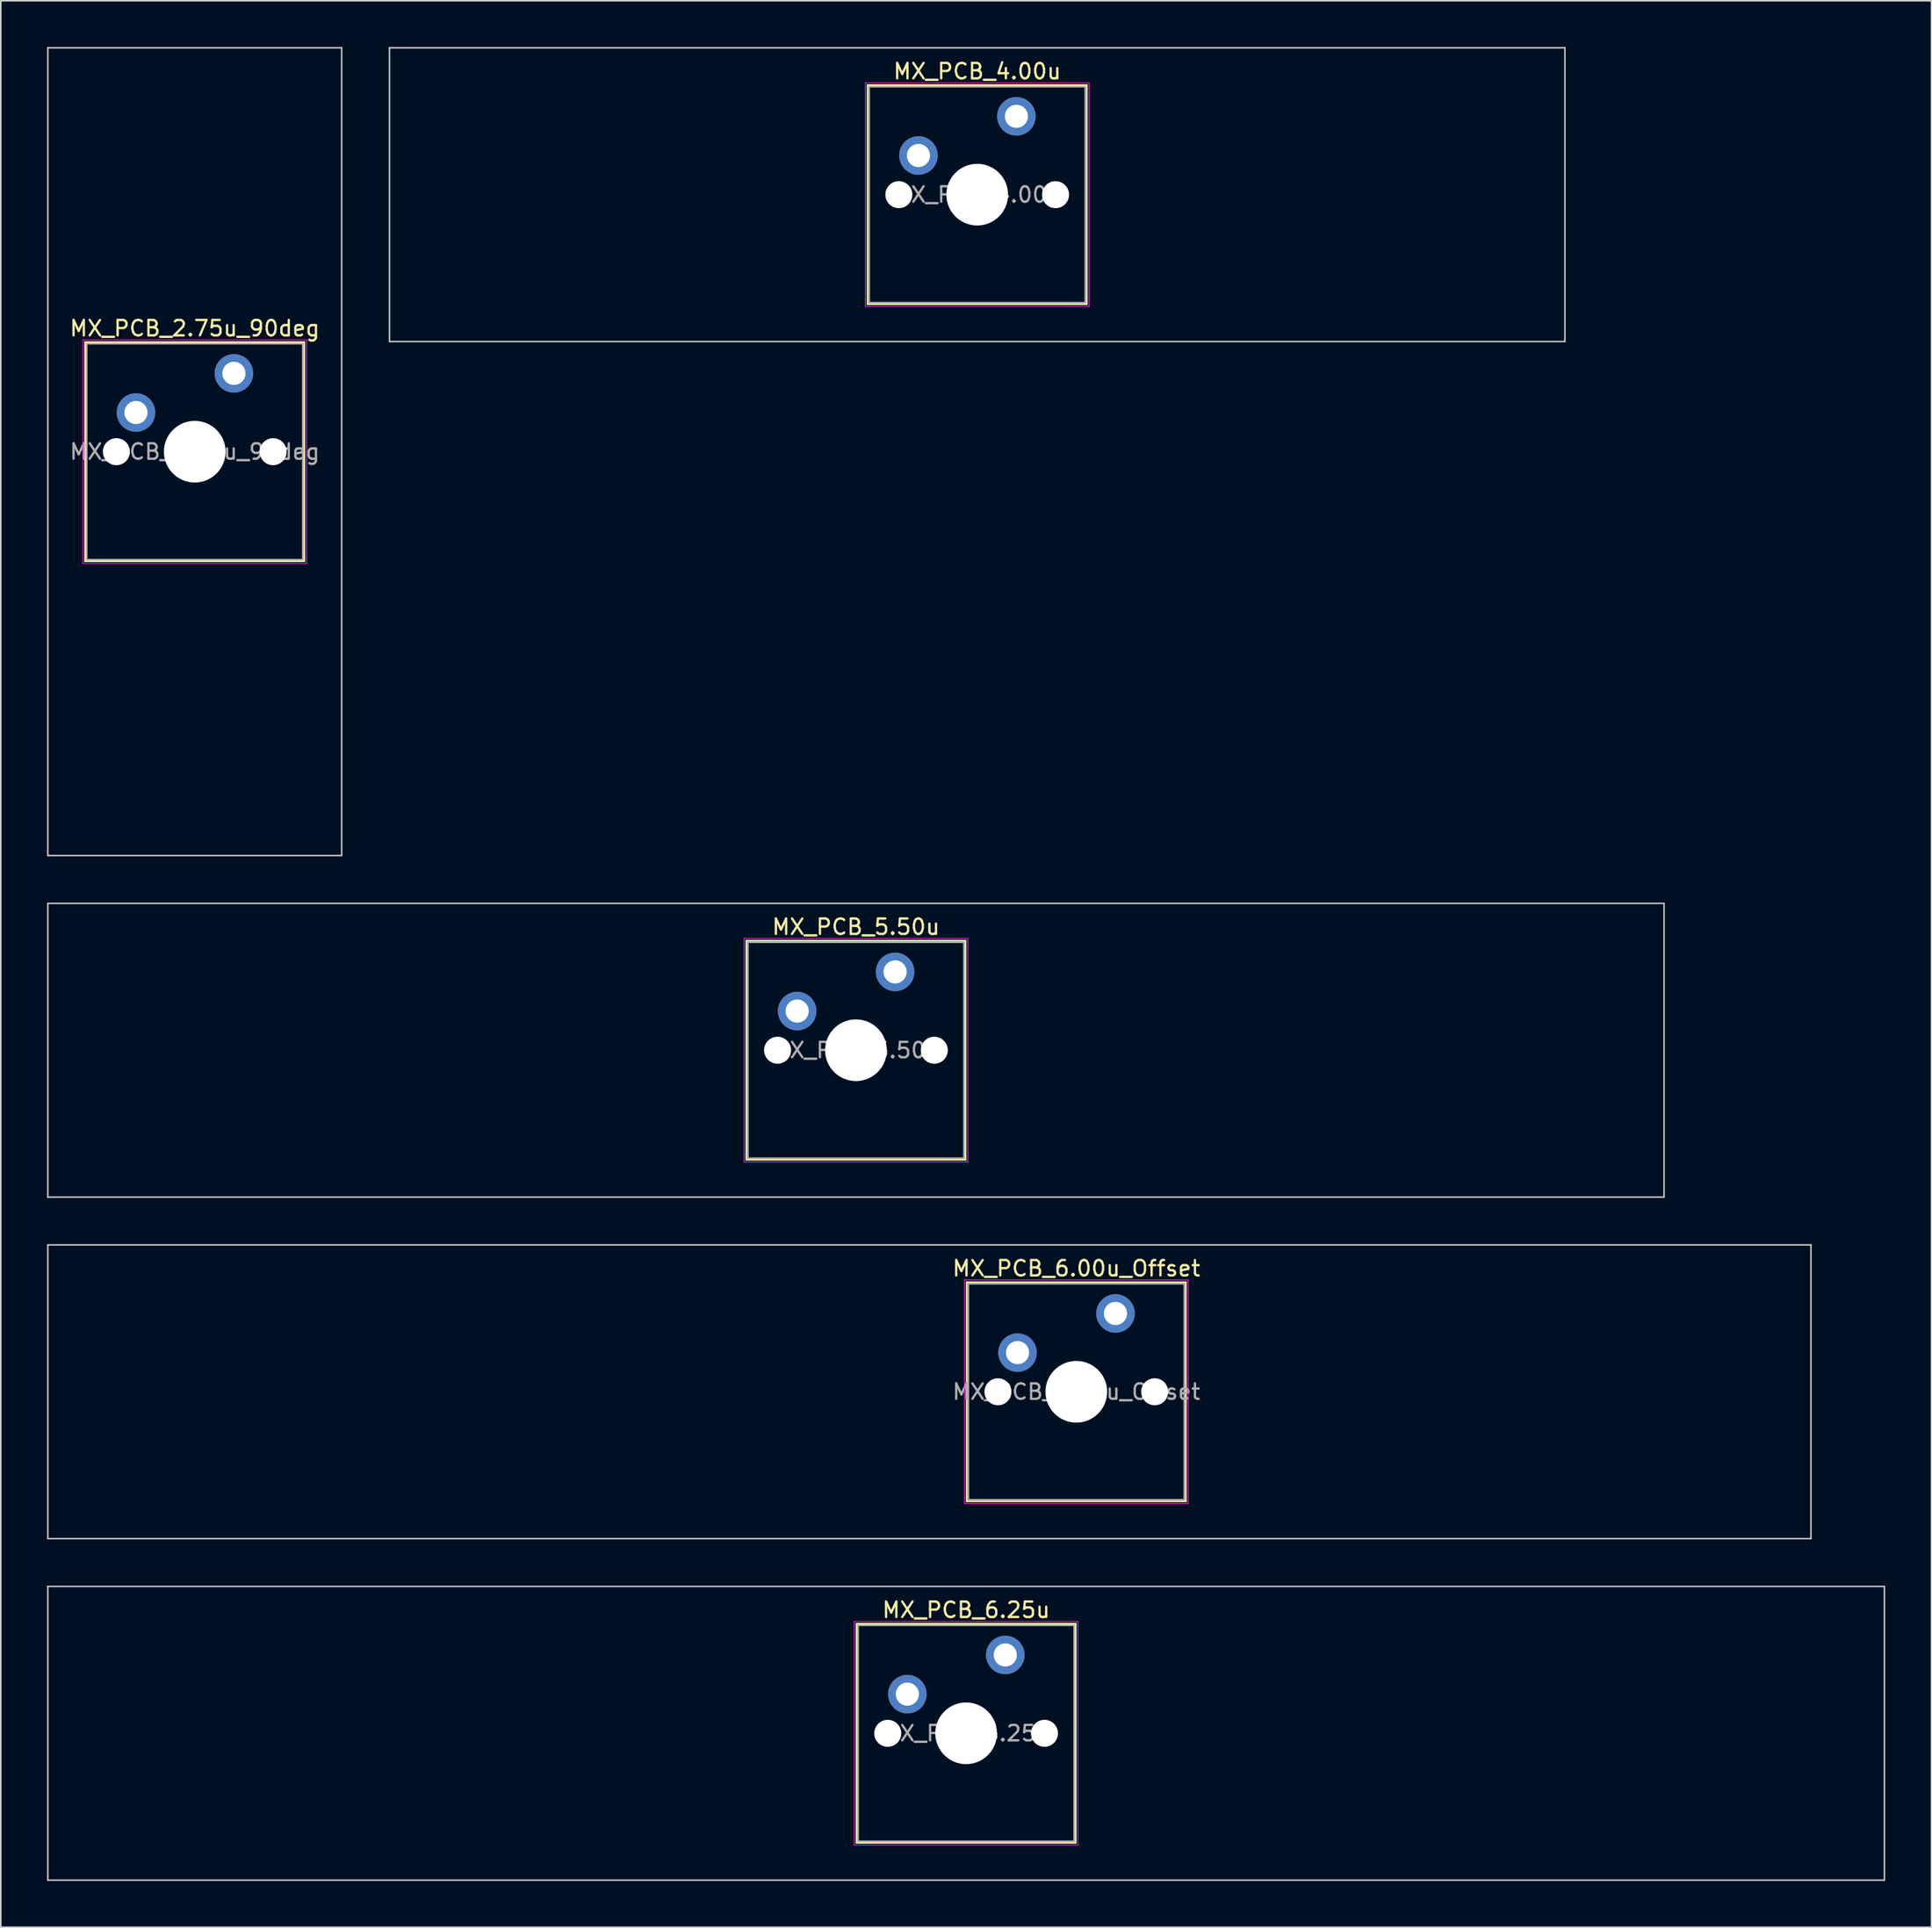
<source format=kicad_pcb>
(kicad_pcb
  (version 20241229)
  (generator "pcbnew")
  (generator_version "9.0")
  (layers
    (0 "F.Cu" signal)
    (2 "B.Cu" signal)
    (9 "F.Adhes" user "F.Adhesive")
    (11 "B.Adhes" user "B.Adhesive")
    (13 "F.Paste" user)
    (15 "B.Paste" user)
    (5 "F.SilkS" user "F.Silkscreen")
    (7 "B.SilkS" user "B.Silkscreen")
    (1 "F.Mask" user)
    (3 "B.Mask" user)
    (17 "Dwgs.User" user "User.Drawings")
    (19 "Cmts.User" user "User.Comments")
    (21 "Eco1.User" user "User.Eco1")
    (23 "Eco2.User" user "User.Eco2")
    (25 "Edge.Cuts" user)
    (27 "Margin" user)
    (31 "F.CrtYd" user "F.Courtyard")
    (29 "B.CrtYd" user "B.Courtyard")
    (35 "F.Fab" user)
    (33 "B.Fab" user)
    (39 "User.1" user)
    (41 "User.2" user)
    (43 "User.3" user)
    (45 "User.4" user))
  (footprint "MX_PCB_2.75u_90deg"
    (layer "F.Cu")
    (at 9.575 26.244)
    (property "Reference" "MX_PCB_2.75u_90deg" (at 0 -8 0) (layer "F.SilkS") (effects (font (size 1 1) (thickness 0.15))))
    (attr through_hole)
    (fp_line (start -7.1 -7.1) (end -7.1 7.1) (stroke (width 0.12) (type solid)) (layer "F.SilkS"))
    (fp_line (start -7.1 7.1) (end 7.1 7.1) (stroke (width 0.12) (type solid)) (layer "F.SilkS"))
    (fp_line (start 7.1 -7.1) (end -7.1 -7.1) (stroke (width 0.12) (type solid)) (layer "F.SilkS"))
    (fp_line (start 7.1 7.1) (end 7.1 -7.1) (stroke (width 0.12) (type solid)) (layer "F.SilkS"))
    (fp_line (start -9.525 -26.194) (end 9.525 -26.194) (stroke (width 0.1) (type solid)) (layer "Dwgs.User"))
    (fp_line (start -9.525 26.194) (end -9.525 -26.194) (stroke (width 0.1) (type solid)) (layer "Dwgs.User"))
    (fp_line (start 9.525 -26.194) (end 9.525 26.194) (stroke (width 0.1) (type solid)) (layer "Dwgs.User"))
    (fp_line (start 9.525 26.194) (end -9.525 26.194) (stroke (width 0.1) (type solid)) (layer "Dwgs.User"))
    (fp_line (start -7 -7) (end -7 7) (stroke (width 0.1) (type solid)) (layer "Eco1.User"))
    (fp_line (start -7 7) (end 7 7) (stroke (width 0.1) (type solid)) (layer "Eco1.User"))
    (fp_line (start 7 -7) (end -7 -7) (stroke (width 0.1) (type solid)) (layer "Eco1.User"))
    (fp_line (start 7 7) (end 7 -7) (stroke (width 0.1) (type solid)) (layer "Eco1.User"))
    (fp_line (start -7.25 -7.25) (end -7.25 7.25) (stroke (width 0.05) (type solid)) (layer "F.CrtYd"))
    (fp_line (start -7.25 7.25) (end 7.25 7.25) (stroke (width 0.05) (type solid)) (layer "F.CrtYd"))
    (fp_line (start 7.25 -7.25) (end -7.25 -7.25) (stroke (width 0.05) (type solid)) (layer "F.CrtYd"))
    (fp_line (start 7.25 7.25) (end 7.25 -7.25) (stroke (width 0.05) (type solid)) (layer "F.CrtYd"))
    (fp_line (start -7 -7) (end -7 7) (stroke (width 0.1) (type solid)) (layer "F.Fab"))
    (fp_line (start -7 7) (end 7 7) (stroke (width 0.1) (type solid)) (layer "F.Fab"))
    (fp_line (start 7 -7) (end -7 -7) (stroke (width 0.1) (type solid)) (layer "F.Fab"))
    (fp_line (start 7 7) (end 7 -7) (stroke (width 0.1) (type solid)) (layer "F.Fab"))
    (fp_text user "${REFERENCE}" (at 0 0 0) (layer "F.Fab") (effects (font (size 1 1) (thickness 0.15))))
    (pad "" np_thru_hole circle (at -5.08 0) (size 1.75 1.75) (drill 1.75) (layers "*.Cu" "*.Mask"))
    (pad "" np_thru_hole circle (at 0 0) (size 4 4) (drill 4) (layers "*.Cu" "*.Mask"))
    (pad "" np_thru_hole circle (at 5.08 0) (size 1.75 1.75) (drill 1.75) (layers "*.Cu" "*.Mask"))
    (pad "1" thru_hole circle (at -3.81 -2.54) (size 2.5 2.5) (drill 1.5) (layers "*.Cu" "*.Mask"))
    (pad "2" thru_hole circle (at 2.54 -5.08) (size 2.5 2.5) (drill 1.5) (layers "*.Cu" "*.Mask")))
  (footprint "MX_PCB_6.00u_Offset"
    (layer "F.Cu")
    (at 66.725 87.213)
    (property "Reference" "MX_PCB_6.00u_Offset" (at 0 -8 0) (layer "F.SilkS") (effects (font (size 1 1) (thickness 0.15))))
    (attr through_hole)
    (fp_line (start -7.1 -7.1) (end -7.1 7.1) (stroke (width 0.12) (type solid)) (layer "F.SilkS"))
    (fp_line (start -7.1 7.1) (end 7.1 7.1) (stroke (width 0.12) (type solid)) (layer "F.SilkS"))
    (fp_line (start 7.1 -7.1) (end -7.1 -7.1) (stroke (width 0.12) (type solid)) (layer "F.SilkS"))
    (fp_line (start 7.1 7.1) (end 7.1 -7.1) (stroke (width 0.12) (type solid)) (layer "F.SilkS"))
    (fp_line (start -66.675 -9.525) (end -66.675 9.525) (stroke (width 0.1) (type solid)) (layer "Dwgs.User"))
    (fp_line (start -66.675 9.525) (end 47.625 9.525) (stroke (width 0.1) (type solid)) (layer "Dwgs.User"))
    (fp_line (start 47.625 -9.525) (end -66.675 -9.525) (stroke (width 0.1) (type solid)) (layer "Dwgs.User"))
    (fp_line (start 47.625 9.525) (end 47.625 -9.525) (stroke (width 0.1) (type solid)) (layer "Dwgs.User"))
    (fp_line (start -7 -7) (end -7 7) (stroke (width 0.1) (type solid)) (layer "Eco1.User"))
    (fp_line (start -7 7) (end 7 7) (stroke (width 0.1) (type solid)) (layer "Eco1.User"))
    (fp_line (start 7 -7) (end -7 -7) (stroke (width 0.1) (type solid)) (layer "Eco1.User"))
    (fp_line (start 7 7) (end 7 -7) (stroke (width 0.1) (type solid)) (layer "Eco1.User"))
    (fp_line (start -7.25 -7.25) (end -7.25 7.25) (stroke (width 0.05) (type solid)) (layer "F.CrtYd"))
    (fp_line (start -7.25 7.25) (end 7.25 7.25) (stroke (width 0.05) (type solid)) (layer "F.CrtYd"))
    (fp_line (start 7.25 -7.25) (end -7.25 -7.25) (stroke (width 0.05) (type solid)) (layer "F.CrtYd"))
    (fp_line (start 7.25 7.25) (end 7.25 -7.25) (stroke (width 0.05) (type solid)) (layer "F.CrtYd"))
    (fp_line (start -7 -7) (end -7 7) (stroke (width 0.1) (type solid)) (layer "F.Fab"))
    (fp_line (start -7 7) (end 7 7) (stroke (width 0.1) (type solid)) (layer "F.Fab"))
    (fp_line (start 7 -7) (end -7 -7) (stroke (width 0.1) (type solid)) (layer "F.Fab"))
    (fp_line (start 7 7) (end 7 -7) (stroke (width 0.1) (type solid)) (layer "F.Fab"))
    (fp_text user "${REFERENCE}" (at 0 0 0) (layer "F.Fab") (effects (font (size 1 1) (thickness 0.15))))
    (pad "" np_thru_hole circle (at -5.08 0) (size 1.75 1.75) (drill 1.75) (layers "*.Cu" "*.Mask"))
    (pad "" np_thru_hole circle (at 0 0) (size 4 4) (drill 4) (layers "*.Cu" "*.Mask"))
    (pad "" np_thru_hole circle (at 5.08 0) (size 1.75 1.75) (drill 1.75) (layers "*.Cu" "*.Mask"))
    (pad "1" thru_hole circle (at -3.81 -2.54) (size 2.5 2.5) (drill 1.5) (layers "*.Cu" "*.Mask"))
    (pad "2" thru_hole circle (at 2.54 -5.08) (size 2.5 2.5) (drill 1.5) (layers "*.Cu" "*.Mask")))
  (footprint "MX_PCB_6.25u"
    (layer "F.Cu")
    (at 59.581 109.362)
    (property "Reference" "MX_PCB_6.25u" (at 0 -8 0) (layer "F.SilkS") (effects (font (size 1 1) (thickness 0.15))))
    (attr through_hole)
    (fp_line (start -7.1 -7.1) (end -7.1 7.1) (stroke (width 0.12) (type solid)) (layer "F.SilkS"))
    (fp_line (start -7.1 7.1) (end 7.1 7.1) (stroke (width 0.12) (type solid)) (layer "F.SilkS"))
    (fp_line (start 7.1 -7.1) (end -7.1 -7.1) (stroke (width 0.12) (type solid)) (layer "F.SilkS"))
    (fp_line (start 7.1 7.1) (end 7.1 -7.1) (stroke (width 0.12) (type solid)) (layer "F.SilkS"))
    (fp_line (start -59.531 -9.525) (end -59.531 9.525) (stroke (width 0.1) (type solid)) (layer "Dwgs.User"))
    (fp_line (start -59.531 9.525) (end 59.531 9.525) (stroke (width 0.1) (type solid)) (layer "Dwgs.User"))
    (fp_line (start 59.531 -9.525) (end -59.531 -9.525) (stroke (width 0.1) (type solid)) (layer "Dwgs.User"))
    (fp_line (start 59.531 9.525) (end 59.531 -9.525) (stroke (width 0.1) (type solid)) (layer "Dwgs.User"))
    (fp_line (start -7 -7) (end -7 7) (stroke (width 0.1) (type solid)) (layer "Eco1.User"))
    (fp_line (start -7 7) (end 7 7) (stroke (width 0.1) (type solid)) (layer "Eco1.User"))
    (fp_line (start 7 -7) (end -7 -7) (stroke (width 0.1) (type solid)) (layer "Eco1.User"))
    (fp_line (start 7 7) (end 7 -7) (stroke (width 0.1) (type solid)) (layer "Eco1.User"))
    (fp_line (start -7.25 -7.25) (end -7.25 7.25) (stroke (width 0.05) (type solid)) (layer "F.CrtYd"))
    (fp_line (start -7.25 7.25) (end 7.25 7.25) (stroke (width 0.05) (type solid)) (layer "F.CrtYd"))
    (fp_line (start 7.25 -7.25) (end -7.25 -7.25) (stroke (width 0.05) (type solid)) (layer "F.CrtYd"))
    (fp_line (start 7.25 7.25) (end 7.25 -7.25) (stroke (width 0.05) (type solid)) (layer "F.CrtYd"))
    (fp_line (start -7 -7) (end -7 7) (stroke (width 0.1) (type solid)) (layer "F.Fab"))
    (fp_line (start -7 7) (end 7 7) (stroke (width 0.1) (type solid)) (layer "F.Fab"))
    (fp_line (start 7 -7) (end -7 -7) (stroke (width 0.1) (type solid)) (layer "F.Fab"))
    (fp_line (start 7 7) (end 7 -7) (stroke (width 0.1) (type solid)) (layer "F.Fab"))
    (fp_text user "${REFERENCE}" (at 0 0 0) (layer "F.Fab") (effects (font (size 1 1) (thickness 0.15))))
    (pad "" np_thru_hole circle (at -5.08 0) (size 1.75 1.75) (drill 1.75) (layers "*.Cu" "*.Mask"))
    (pad "" np_thru_hole circle (at 0 0) (size 4 4) (drill 4) (layers "*.Cu" "*.Mask"))
    (pad "" np_thru_hole circle (at 5.08 0) (size 1.75 1.75) (drill 1.75) (layers "*.Cu" "*.Mask"))
    (pad "1" thru_hole circle (at -3.81 -2.54) (size 2.5 2.5) (drill 1.5) (layers "*.Cu" "*.Mask"))
    (pad "2" thru_hole circle (at 2.54 -5.08) (size 2.5 2.5) (drill 1.5) (layers "*.Cu" "*.Mask")))
  (footprint "MX_PCB_4.00u"
    (layer "F.Cu")
    (at 60.3 9.575)
    (property "Reference" "MX_PCB_4.00u" (at 0 -8 0) (layer "F.SilkS") (effects (font (size 1 1) (thickness 0.15))))
    (attr through_hole)
    (fp_line (start -7.1 -7.1) (end -7.1 7.1) (stroke (width 0.12) (type solid)) (layer "F.SilkS"))
    (fp_line (start -7.1 7.1) (end 7.1 7.1) (stroke (width 0.12) (type solid)) (layer "F.SilkS"))
    (fp_line (start 7.1 -7.1) (end -7.1 -7.1) (stroke (width 0.12) (type solid)) (layer "F.SilkS"))
    (fp_line (start 7.1 7.1) (end 7.1 -7.1) (stroke (width 0.12) (type solid)) (layer "F.SilkS"))
    (fp_line (start -38.1 -9.525) (end -38.1 9.525) (stroke (width 0.1) (type solid)) (layer "Dwgs.User"))
    (fp_line (start -38.1 9.525) (end 38.1 9.525) (stroke (width 0.1) (type solid)) (layer "Dwgs.User"))
    (fp_line (start 38.1 -9.525) (end -38.1 -9.525) (stroke (width 0.1) (type solid)) (layer "Dwgs.User"))
    (fp_line (start 38.1 9.525) (end 38.1 -9.525) (stroke (width 0.1) (type solid)) (layer "Dwgs.User"))
    (fp_line (start -7 -7) (end -7 7) (stroke (width 0.1) (type solid)) (layer "Eco1.User"))
    (fp_line (start -7 7) (end 7 7) (stroke (width 0.1) (type solid)) (layer "Eco1.User"))
    (fp_line (start 7 -7) (end -7 -7) (stroke (width 0.1) (type solid)) (layer "Eco1.User"))
    (fp_line (start 7 7) (end 7 -7) (stroke (width 0.1) (type solid)) (layer "Eco1.User"))
    (fp_line (start -7.25 -7.25) (end -7.25 7.25) (stroke (width 0.05) (type solid)) (layer "F.CrtYd"))
    (fp_line (start -7.25 7.25) (end 7.25 7.25) (stroke (width 0.05) (type solid)) (layer "F.CrtYd"))
    (fp_line (start 7.25 -7.25) (end -7.25 -7.25) (stroke (width 0.05) (type solid)) (layer "F.CrtYd"))
    (fp_line (start 7.25 7.25) (end 7.25 -7.25) (stroke (width 0.05) (type solid)) (layer "F.CrtYd"))
    (fp_line (start -7 -7) (end -7 7) (stroke (width 0.1) (type solid)) (layer "F.Fab"))
    (fp_line (start -7 7) (end 7 7) (stroke (width 0.1) (type solid)) (layer "F.Fab"))
    (fp_line (start 7 -7) (end -7 -7) (stroke (width 0.1) (type solid)) (layer "F.Fab"))
    (fp_line (start 7 7) (end 7 -7) (stroke (width 0.1) (type solid)) (layer "F.Fab"))
    (fp_text user "${REFERENCE}" (at 0 0 0) (layer "F.Fab") (effects (font (size 1 1) (thickness 0.15))))
    (pad "" np_thru_hole circle (at -5.08 0) (size 1.75 1.75) (drill 1.75) (layers "*.Cu" "*.Mask"))
    (pad "" np_thru_hole circle (at 0 0) (size 4 4) (drill 4) (layers "*.Cu" "*.Mask"))
    (pad "" np_thru_hole circle (at 5.08 0) (size 1.75 1.75) (drill 1.75) (layers "*.Cu" "*.Mask"))
    (pad "1" thru_hole circle (at -3.81 -2.54) (size 2.5 2.5) (drill 1.5) (layers "*.Cu" "*.Mask"))
    (pad "2" thru_hole circle (at 2.54 -5.08) (size 2.5 2.5) (drill 1.5) (layers "*.Cu" "*.Mask")))
  (footprint "MX_PCB_5.50u"
    (layer "F.Cu")
    (at 52.438 65.062)
    (property "Reference" "MX_PCB_5.50u" (at 0 -8 0) (layer "F.SilkS") (effects (font (size 1 1) (thickness 0.15))))
    (attr through_hole)
    (fp_line (start -7.1 -7.1) (end -7.1 7.1) (stroke (width 0.12) (type solid)) (layer "F.SilkS"))
    (fp_line (start -7.1 7.1) (end 7.1 7.1) (stroke (width 0.12) (type solid)) (layer "F.SilkS"))
    (fp_line (start 7.1 -7.1) (end -7.1 -7.1) (stroke (width 0.12) (type solid)) (layer "F.SilkS"))
    (fp_line (start 7.1 7.1) (end 7.1 -7.1) (stroke (width 0.12) (type solid)) (layer "F.SilkS"))
    (fp_line (start -52.388 -9.525) (end -52.388 9.525) (stroke (width 0.1) (type solid)) (layer "Dwgs.User"))
    (fp_line (start -52.388 9.525) (end 52.388 9.525) (stroke (width 0.1) (type solid)) (layer "Dwgs.User"))
    (fp_line (start 52.388 -9.525) (end -52.388 -9.525) (stroke (width 0.1) (type solid)) (layer "Dwgs.User"))
    (fp_line (start 52.388 9.525) (end 52.388 -9.525) (stroke (width 0.1) (type solid)) (layer "Dwgs.User"))
    (fp_line (start -7 -7) (end -7 7) (stroke (width 0.1) (type solid)) (layer "Eco1.User"))
    (fp_line (start -7 7) (end 7 7) (stroke (width 0.1) (type solid)) (layer "Eco1.User"))
    (fp_line (start 7 -7) (end -7 -7) (stroke (width 0.1) (type solid)) (layer "Eco1.User"))
    (fp_line (start 7 7) (end 7 -7) (stroke (width 0.1) (type solid)) (layer "Eco1.User"))
    (fp_line (start -7.25 -7.25) (end -7.25 7.25) (stroke (width 0.05) (type solid)) (layer "F.CrtYd"))
    (fp_line (start -7.25 7.25) (end 7.25 7.25) (stroke (width 0.05) (type solid)) (layer "F.CrtYd"))
    (fp_line (start 7.25 -7.25) (end -7.25 -7.25) (stroke (width 0.05) (type solid)) (layer "F.CrtYd"))
    (fp_line (start 7.25 7.25) (end 7.25 -7.25) (stroke (width 0.05) (type solid)) (layer "F.CrtYd"))
    (fp_line (start -7 -7) (end -7 7) (stroke (width 0.1) (type solid)) (layer "F.Fab"))
    (fp_line (start -7 7) (end 7 7) (stroke (width 0.1) (type solid)) (layer "F.Fab"))
    (fp_line (start 7 -7) (end -7 -7) (stroke (width 0.1) (type solid)) (layer "F.Fab"))
    (fp_line (start 7 7) (end 7 -7) (stroke (width 0.1) (type solid)) (layer "F.Fab"))
    (fp_text user "${REFERENCE}" (at 0 0 0) (layer "F.Fab") (effects (font (size 1 1) (thickness 0.15))))
    (pad "" np_thru_hole circle (at -5.08 0) (size 1.75 1.75) (drill 1.75) (layers "*.Cu" "*.Mask"))
    (pad "" np_thru_hole circle (at 0 0) (size 4 4) (drill 4) (layers "*.Cu" "*.Mask"))
    (pad "" np_thru_hole circle (at 5.08 0) (size 1.75 1.75) (drill 1.75) (layers "*.Cu" "*.Mask"))
    (pad "1" thru_hole circle (at -3.81 -2.54) (size 2.5 2.5) (drill 1.5) (layers "*.Cu" "*.Mask"))
    (pad "2" thru_hole circle (at 2.54 -5.08) (size 2.5 2.5) (drill 1.5) (layers "*.Cu" "*.Mask")))
  (gr_rect
    (start -3 -3)
    (end 122.162 121.938)
    (stroke (width 0.1) (type default))
    (fill no)
    (layer "Edge.Cuts")))
</source>
